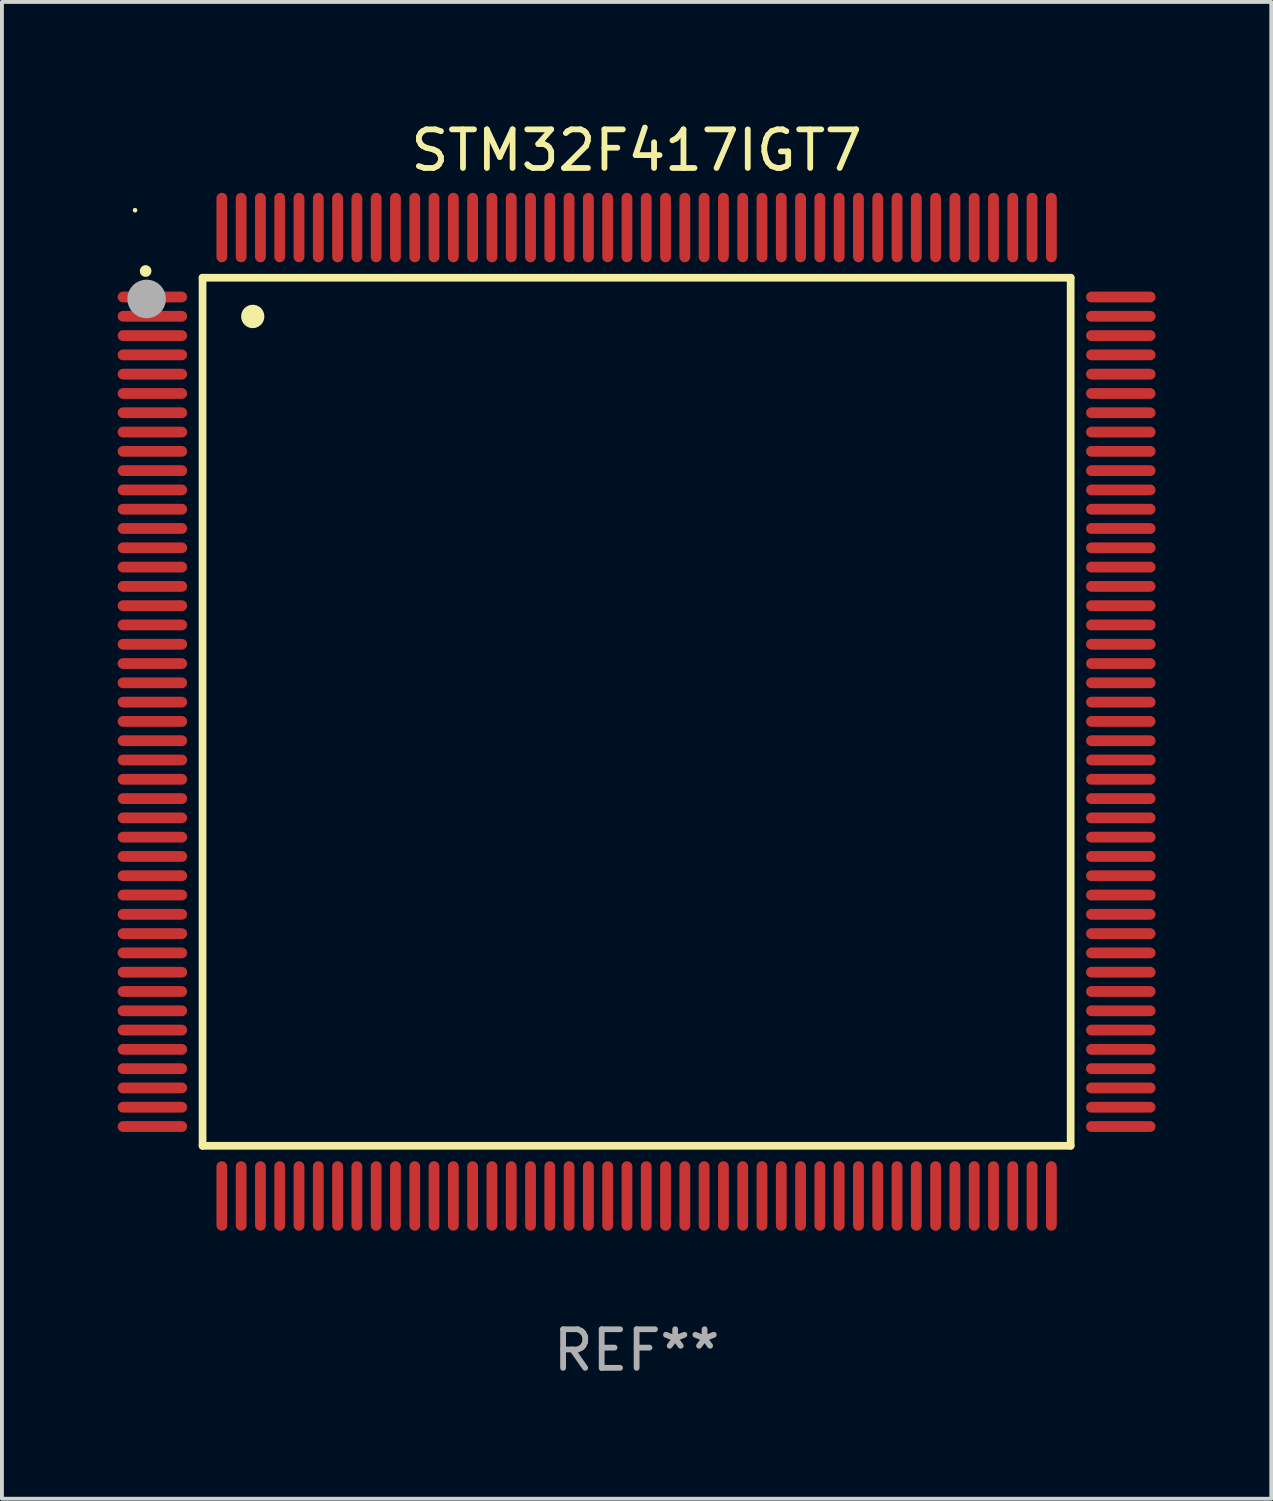
<source format=kicad_pcb>
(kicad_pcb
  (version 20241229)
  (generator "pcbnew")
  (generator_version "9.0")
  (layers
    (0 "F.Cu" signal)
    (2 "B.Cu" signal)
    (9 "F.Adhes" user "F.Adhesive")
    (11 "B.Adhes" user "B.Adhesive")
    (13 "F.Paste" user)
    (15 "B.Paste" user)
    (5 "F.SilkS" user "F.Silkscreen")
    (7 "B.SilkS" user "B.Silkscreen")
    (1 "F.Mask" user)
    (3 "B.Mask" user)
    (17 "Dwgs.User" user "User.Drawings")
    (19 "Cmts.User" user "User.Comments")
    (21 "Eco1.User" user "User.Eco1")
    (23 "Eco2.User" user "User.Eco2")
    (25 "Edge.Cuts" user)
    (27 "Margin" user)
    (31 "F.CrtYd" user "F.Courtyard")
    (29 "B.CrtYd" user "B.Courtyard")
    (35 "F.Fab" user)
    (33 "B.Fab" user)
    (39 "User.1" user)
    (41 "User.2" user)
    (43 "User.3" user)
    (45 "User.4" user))
  (footprint "STM32F417IGT7"
    (layer "F.Cu")
    (at 13.45 15.398)
    (property "Reference" "STM32F417IGT7" (at 0 -14.55 0) (layer "F.SilkS") (effects (font (size 1 1) (thickness 0.15))))
    (attr through_hole)
    (fp_line (start -11.25 -11.25) (end 11.25 -11.25) (stroke (width 0.2) (type solid)) (layer "F.SilkS"))
    (fp_line (start -11.25 11.25) (end -11.25 -11.25) (stroke (width 0.2) (type solid)) (layer "F.SilkS"))
    (fp_line (start 11.25 -11.25) (end 11.25 11.25) (stroke (width 0.2) (type solid)) (layer "F.SilkS"))
    (fp_line (start 11.25 11.25) (end -11.25 11.25) (stroke (width 0.2) (type solid)) (layer "F.SilkS"))
    (fp_arc (start -12.725425 -11.422403) (mid -12.72543 -11.423673) (end -12.725425 -11.424943) (stroke (width 0.3) (type solid)) (layer "F.SilkS"))
    (fp_arc (start -9.9492 -10.24384) (mid -9.949211 -10.24638) (end -9.9492 -10.24892) (stroke (width 0.6) (type solid)) (layer "F.SilkS"))
    (fp_circle (center -13 -13) (end -12.97 -13) (stroke (width 0.06) (type solid)) (fill no) (layer "F.SilkS"))
    (fp_circle (center -12.7 -10.7) (end -12.45 -10.7) (stroke (width 0.5) (type solid)) (fill no) (layer "F.Fab"))
    (fp_text user "REF**" (at 0 16.55 0) (layer "F.Fab") (effects (font (size 1 1) (thickness 0.15))))
    (pad "1" smd oval (at -12.55 -10.75 90) (size 0.28 1.8) (layers "F.Cu" "F.Mask" "F.Paste"))
    (pad "2" smd oval (at -12.55 -10.25 90) (size 0.28 1.8) (layers "F.Cu" "F.Mask" "F.Paste"))
    (pad "3" smd oval (at -12.55 -9.75 90) (size 0.28 1.8) (layers "F.Cu" "F.Mask" "F.Paste"))
    (pad "4" smd oval (at -12.55 -9.25 90) (size 0.28 1.8) (layers "F.Cu" "F.Mask" "F.Paste"))
    (pad "5" smd oval (at -12.55 -8.75 90) (size 0.28 1.8) (layers "F.Cu" "F.Mask" "F.Paste"))
    (pad "6" smd oval (at -12.55 -8.25 90) (size 0.28 1.8) (layers "F.Cu" "F.Mask" "F.Paste"))
    (pad "7" smd oval (at -12.55 -7.75 90) (size 0.28 1.8) (layers "F.Cu" "F.Mask" "F.Paste"))
    (pad "8" smd oval (at -12.55 -7.25 90) (size 0.28 1.8) (layers "F.Cu" "F.Mask" "F.Paste"))
    (pad "9" smd oval (at -12.55 -6.75 90) (size 0.28 1.8) (layers "F.Cu" "F.Mask" "F.Paste"))
    (pad "10" smd oval (at -12.55 -6.25 90) (size 0.28 1.8) (layers "F.Cu" "F.Mask" "F.Paste"))
    (pad "11" smd oval (at -12.55 -5.75 90) (size 0.28 1.8) (layers "F.Cu" "F.Mask" "F.Paste"))
    (pad "12" smd oval (at -12.55 -5.25 90) (size 0.28 1.8) (layers "F.Cu" "F.Mask" "F.Paste"))
    (pad "13" smd oval (at -12.55 -4.75 90) (size 0.28 1.8) (layers "F.Cu" "F.Mask" "F.Paste"))
    (pad "14" smd oval (at -12.55 -4.25 90) (size 0.28 1.8) (layers "F.Cu" "F.Mask" "F.Paste"))
    (pad "15" smd oval (at -12.55 -3.75 90) (size 0.28 1.8) (layers "F.Cu" "F.Mask" "F.Paste"))
    (pad "16" smd oval (at -12.55 -3.25 90) (size 0.28 1.8) (layers "F.Cu" "F.Mask" "F.Paste"))
    (pad "17" smd oval (at -12.55 -2.75 90) (size 0.28 1.8) (layers "F.Cu" "F.Mask" "F.Paste"))
    (pad "18" smd oval (at -12.55 -2.25 90) (size 0.28 1.8) (layers "F.Cu" "F.Mask" "F.Paste"))
    (pad "19" smd oval (at -12.55 -1.75 90) (size 0.28 1.8) (layers "F.Cu" "F.Mask" "F.Paste"))
    (pad "20" smd oval (at -12.55 -1.25 90) (size 0.28 1.8) (layers "F.Cu" "F.Mask" "F.Paste"))
    (pad "21" smd oval (at -12.55 -0.75 90) (size 0.28 1.8) (layers "F.Cu" "F.Mask" "F.Paste"))
    (pad "22" smd oval (at -12.55 -0.25 90) (size 0.28 1.8) (layers "F.Cu" "F.Mask" "F.Paste"))
    (pad "23" smd oval (at -12.55 0.25 90) (size 0.28 1.8) (layers "F.Cu" "F.Mask" "F.Paste"))
    (pad "24" smd oval (at -12.55 0.75 90) (size 0.28 1.8) (layers "F.Cu" "F.Mask" "F.Paste"))
    (pad "25" smd oval (at -12.55 1.25 90) (size 0.28 1.8) (layers "F.Cu" "F.Mask" "F.Paste"))
    (pad "26" smd oval (at -12.55 1.75 90) (size 0.28 1.8) (layers "F.Cu" "F.Mask" "F.Paste"))
    (pad "27" smd oval (at -12.55 2.25 90) (size 0.28 1.8) (layers "F.Cu" "F.Mask" "F.Paste"))
    (pad "28" smd oval (at -12.55 2.75 90) (size 0.28 1.8) (layers "F.Cu" "F.Mask" "F.Paste"))
    (pad "29" smd oval (at -12.55 3.25 90) (size 0.28 1.8) (layers "F.Cu" "F.Mask" "F.Paste"))
    (pad "30" smd oval (at -12.55 3.75 90) (size 0.28 1.8) (layers "F.Cu" "F.Mask" "F.Paste"))
    (pad "31" smd oval (at -12.55 4.25 90) (size 0.28 1.8) (layers "F.Cu" "F.Mask" "F.Paste"))
    (pad "32" smd oval (at -12.55 4.75 90) (size 0.28 1.8) (layers "F.Cu" "F.Mask" "F.Paste"))
    (pad "33" smd oval (at -12.55 5.25 90) (size 0.28 1.8) (layers "F.Cu" "F.Mask" "F.Paste"))
    (pad "34" smd oval (at -12.55 5.75 90) (size 0.28 1.8) (layers "F.Cu" "F.Mask" "F.Paste"))
    (pad "35" smd oval (at -12.55 6.25 90) (size 0.28 1.8) (layers "F.Cu" "F.Mask" "F.Paste"))
    (pad "36" smd oval (at -12.55 6.75 90) (size 0.28 1.8) (layers "F.Cu" "F.Mask" "F.Paste"))
    (pad "37" smd oval (at -12.55 7.25 90) (size 0.28 1.8) (layers "F.Cu" "F.Mask" "F.Paste"))
    (pad "38" smd oval (at -12.55 7.75 90) (size 0.28 1.8) (layers "F.Cu" "F.Mask" "F.Paste"))
    (pad "39" smd oval (at -12.55 8.25 90) (size 0.28 1.8) (layers "F.Cu" "F.Mask" "F.Paste"))
    (pad "40" smd oval (at -12.55 8.75 90) (size 0.28 1.8) (layers "F.Cu" "F.Mask" "F.Paste"))
    (pad "41" smd oval (at -12.55 9.25 90) (size 0.28 1.8) (layers "F.Cu" "F.Mask" "F.Paste"))
    (pad "42" smd oval (at -12.55 9.75 90) (size 0.28 1.8) (layers "F.Cu" "F.Mask" "F.Paste"))
    (pad "43" smd oval (at -12.55 10.25 90) (size 0.28 1.8) (layers "F.Cu" "F.Mask" "F.Paste"))
    (pad "44" smd oval (at -12.55 10.75 90) (size 0.28 1.8) (layers "F.Cu" "F.Mask" "F.Paste"))
    (pad "45" smd oval (at -10.75 12.55) (size 0.28 1.8) (layers "F.Cu" "F.Mask" "F.Paste"))
    (pad "46" smd oval (at -10.25 12.55) (size 0.28 1.8) (layers "F.Cu" "F.Mask" "F.Paste"))
    (pad "47" smd oval (at -9.75 12.55) (size 0.28 1.8) (layers "F.Cu" "F.Mask" "F.Paste"))
    (pad "48" smd oval (at -9.25 12.55) (size 0.28 1.8) (layers "F.Cu" "F.Mask" "F.Paste"))
    (pad "49" smd oval (at -8.75 12.55) (size 0.28 1.8) (layers "F.Cu" "F.Mask" "F.Paste"))
    (pad "50" smd oval (at -8.25 12.55) (size 0.28 1.8) (layers "F.Cu" "F.Mask" "F.Paste"))
    (pad "51" smd oval (at -7.75 12.55) (size 0.28 1.8) (layers "F.Cu" "F.Mask" "F.Paste"))
    (pad "52" smd oval (at -7.25 12.55) (size 0.28 1.8) (layers "F.Cu" "F.Mask" "F.Paste"))
    (pad "53" smd oval (at -6.75 12.55) (size 0.28 1.8) (layers "F.Cu" "F.Mask" "F.Paste"))
    (pad "54" smd oval (at -6.25 12.55) (size 0.28 1.8) (layers "F.Cu" "F.Mask" "F.Paste"))
    (pad "55" smd oval (at -5.75 12.55) (size 0.28 1.8) (layers "F.Cu" "F.Mask" "F.Paste"))
    (pad "56" smd oval (at -5.25 12.55) (size 0.28 1.8) (layers "F.Cu" "F.Mask" "F.Paste"))
    (pad "57" smd oval (at -4.75 12.55) (size 0.28 1.8) (layers "F.Cu" "F.Mask" "F.Paste"))
    (pad "58" smd oval (at -4.25 12.55) (size 0.28 1.8) (layers "F.Cu" "F.Mask" "F.Paste"))
    (pad "59" smd oval (at -3.75 12.55) (size 0.28 1.8) (layers "F.Cu" "F.Mask" "F.Paste"))
    (pad "60" smd oval (at -3.25 12.55) (size 0.28 1.8) (layers "F.Cu" "F.Mask" "F.Paste"))
    (pad "61" smd oval (at -2.75 12.55) (size 0.28 1.8) (layers "F.Cu" "F.Mask" "F.Paste"))
    (pad "62" smd oval (at -2.25 12.55) (size 0.28 1.8) (layers "F.Cu" "F.Mask" "F.Paste"))
    (pad "63" smd oval (at -1.75 12.55) (size 0.28 1.8) (layers "F.Cu" "F.Mask" "F.Paste"))
    (pad "64" smd oval (at -1.25 12.55) (size 0.28 1.8) (layers "F.Cu" "F.Mask" "F.Paste"))
    (pad "65" smd oval (at -0.75 12.55) (size 0.28 1.8) (layers "F.Cu" "F.Mask" "F.Paste"))
    (pad "66" smd oval (at -0.25 12.55) (size 0.28 1.8) (layers "F.Cu" "F.Mask" "F.Paste"))
    (pad "67" smd oval (at 0.25 12.55) (size 0.28 1.8) (layers "F.Cu" "F.Mask" "F.Paste"))
    (pad "68" smd oval (at 0.75 12.55) (size 0.28 1.8) (layers "F.Cu" "F.Mask" "F.Paste"))
    (pad "69" smd oval (at 1.25 12.55) (size 0.28 1.8) (layers "F.Cu" "F.Mask" "F.Paste"))
    (pad "70" smd oval (at 1.75 12.55) (size 0.28 1.8) (layers "F.Cu" "F.Mask" "F.Paste"))
    (pad "71" smd oval (at 2.25 12.55) (size 0.28 1.8) (layers "F.Cu" "F.Mask" "F.Paste"))
    (pad "72" smd oval (at 2.75 12.55) (size 0.28 1.8) (layers "F.Cu" "F.Mask" "F.Paste"))
    (pad "73" smd oval (at 3.25 12.55) (size 0.28 1.8) (layers "F.Cu" "F.Mask" "F.Paste"))
    (pad "74" smd oval (at 3.75 12.55) (size 0.28 1.8) (layers "F.Cu" "F.Mask" "F.Paste"))
    (pad "75" smd oval (at 4.25 12.55) (size 0.28 1.8) (layers "F.Cu" "F.Mask" "F.Paste"))
    (pad "76" smd oval (at 4.75 12.55) (size 0.28 1.8) (layers "F.Cu" "F.Mask" "F.Paste"))
    (pad "77" smd oval (at 5.25 12.55) (size 0.28 1.8) (layers "F.Cu" "F.Mask" "F.Paste"))
    (pad "78" smd oval (at 5.75 12.55) (size 0.28 1.8) (layers "F.Cu" "F.Mask" "F.Paste"))
    (pad "79" smd oval (at 6.25 12.55) (size 0.28 1.8) (layers "F.Cu" "F.Mask" "F.Paste"))
    (pad "80" smd oval (at 6.75 12.55) (size 0.28 1.8) (layers "F.Cu" "F.Mask" "F.Paste"))
    (pad "81" smd oval (at 7.25 12.55) (size 0.28 1.8) (layers "F.Cu" "F.Mask" "F.Paste"))
    (pad "82" smd oval (at 7.75 12.55) (size 0.28 1.8) (layers "F.Cu" "F.Mask" "F.Paste"))
    (pad "83" smd oval (at 8.25 12.55) (size 0.28 1.8) (layers "F.Cu" "F.Mask" "F.Paste"))
    (pad "84" smd oval (at 8.75 12.55) (size 0.28 1.8) (layers "F.Cu" "F.Mask" "F.Paste"))
    (pad "85" smd oval (at 9.25 12.55) (size 0.28 1.8) (layers "F.Cu" "F.Mask" "F.Paste"))
    (pad "86" smd oval (at 9.75 12.55) (size 0.28 1.8) (layers "F.Cu" "F.Mask" "F.Paste"))
    (pad "87" smd oval (at 10.25 12.55) (size 0.28 1.8) (layers "F.Cu" "F.Mask" "F.Paste"))
    (pad "88" smd oval (at 10.75 12.55) (size 0.28 1.8) (layers "F.Cu" "F.Mask" "F.Paste"))
    (pad "89" smd oval (at 12.55 10.75 90) (size 0.28 1.8) (layers "F.Cu" "F.Mask" "F.Paste"))
    (pad "90" smd oval (at 12.55 10.25 90) (size 0.28 1.8) (layers "F.Cu" "F.Mask" "F.Paste"))
    (pad "91" smd oval (at 12.55 9.75 90) (size 0.28 1.8) (layers "F.Cu" "F.Mask" "F.Paste"))
    (pad "92" smd oval (at 12.55 9.25 90) (size 0.28 1.8) (layers "F.Cu" "F.Mask" "F.Paste"))
    (pad "93" smd oval (at 12.55 8.75 90) (size 0.28 1.8) (layers "F.Cu" "F.Mask" "F.Paste"))
    (pad "94" smd oval (at 12.55 8.25 90) (size 0.28 1.8) (layers "F.Cu" "F.Mask" "F.Paste"))
    (pad "95" smd oval (at 12.55 7.75 90) (size 0.28 1.8) (layers "F.Cu" "F.Mask" "F.Paste"))
    (pad "96" smd oval (at 12.55 7.25 90) (size 0.28 1.8) (layers "F.Cu" "F.Mask" "F.Paste"))
    (pad "97" smd oval (at 12.55 6.75 90) (size 0.28 1.8) (layers "F.Cu" "F.Mask" "F.Paste"))
    (pad "98" smd oval (at 12.55 6.25 90) (size 0.28 1.8) (layers "F.Cu" "F.Mask" "F.Paste"))
    (pad "99" smd oval (at 12.55 5.75 90) (size 0.28 1.8) (layers "F.Cu" "F.Mask" "F.Paste"))
    (pad "100" smd oval (at 12.55 5.25 90) (size 0.28 1.8) (layers "F.Cu" "F.Mask" "F.Paste"))
    (pad "101" smd oval (at 12.55 4.75 90) (size 0.28 1.8) (layers "F.Cu" "F.Mask" "F.Paste"))
    (pad "102" smd oval (at 12.55 4.25 90) (size 0.28 1.8) (layers "F.Cu" "F.Mask" "F.Paste"))
    (pad "103" smd oval (at 12.55 3.75 90) (size 0.28 1.8) (layers "F.Cu" "F.Mask" "F.Paste"))
    (pad "104" smd oval (at 12.55 3.25 90) (size 0.28 1.8) (layers "F.Cu" "F.Mask" "F.Paste"))
    (pad "105" smd oval (at 12.55 2.75 90) (size 0.28 1.8) (layers "F.Cu" "F.Mask" "F.Paste"))
    (pad "106" smd oval (at 12.55 2.25 90) (size 0.28 1.8) (layers "F.Cu" "F.Mask" "F.Paste"))
    (pad "107" smd oval (at 12.55 1.75 90) (size 0.28 1.8) (layers "F.Cu" "F.Mask" "F.Paste"))
    (pad "108" smd oval (at 12.55 1.25 90) (size 0.28 1.8) (layers "F.Cu" "F.Mask" "F.Paste"))
    (pad "109" smd oval (at 12.55 0.75 90) (size 0.28 1.8) (layers "F.Cu" "F.Mask" "F.Paste"))
    (pad "110" smd oval (at 12.55 0.25 90) (size 0.28 1.8) (layers "F.Cu" "F.Mask" "F.Paste"))
    (pad "111" smd oval (at 12.55 -0.25 90) (size 0.28 1.8) (layers "F.Cu" "F.Mask" "F.Paste"))
    (pad "112" smd oval (at 12.55 -0.75 90) (size 0.28 1.8) (layers "F.Cu" "F.Mask" "F.Paste"))
    (pad "113" smd oval (at 12.55 -1.25 90) (size 0.28 1.8) (layers "F.Cu" "F.Mask" "F.Paste"))
    (pad "114" smd oval (at 12.55 -1.75 90) (size 0.28 1.8) (layers "F.Cu" "F.Mask" "F.Paste"))
    (pad "115" smd oval (at 12.55 -2.25 90) (size 0.28 1.8) (layers "F.Cu" "F.Mask" "F.Paste"))
    (pad "116" smd oval (at 12.55 -2.75 90) (size 0.28 1.8) (layers "F.Cu" "F.Mask" "F.Paste"))
    (pad "117" smd oval (at 12.55 -3.25 90) (size 0.28 1.8) (layers "F.Cu" "F.Mask" "F.Paste"))
    (pad "118" smd oval (at 12.55 -3.75 90) (size 0.28 1.8) (layers "F.Cu" "F.Mask" "F.Paste"))
    (pad "119" smd oval (at 12.55 -4.25 90) (size 0.28 1.8) (layers "F.Cu" "F.Mask" "F.Paste"))
    (pad "120" smd oval (at 12.55 -4.75 90) (size 0.28 1.8) (layers "F.Cu" "F.Mask" "F.Paste"))
    (pad "121" smd oval (at 12.55 -5.25 90) (size 0.28 1.8) (layers "F.Cu" "F.Mask" "F.Paste"))
    (pad "122" smd oval (at 12.55 -5.75 90) (size 0.28 1.8) (layers "F.Cu" "F.Mask" "F.Paste"))
    (pad "123" smd oval (at 12.55 -6.25 90) (size 0.28 1.8) (layers "F.Cu" "F.Mask" "F.Paste"))
    (pad "124" smd oval (at 12.55 -6.75 90) (size 0.28 1.8) (layers "F.Cu" "F.Mask" "F.Paste"))
    (pad "125" smd oval (at 12.55 -7.25 90) (size 0.28 1.8) (layers "F.Cu" "F.Mask" "F.Paste"))
    (pad "126" smd oval (at 12.55 -7.75 90) (size 0.28 1.8) (layers "F.Cu" "F.Mask" "F.Paste"))
    (pad "127" smd oval (at 12.55 -8.25 90) (size 0.28 1.8) (layers "F.Cu" "F.Mask" "F.Paste"))
    (pad "128" smd oval (at 12.55 -8.75 90) (size 0.28 1.8) (layers "F.Cu" "F.Mask" "F.Paste"))
    (pad "129" smd oval (at 12.55 -9.25 90) (size 0.28 1.8) (layers "F.Cu" "F.Mask" "F.Paste"))
    (pad "130" smd oval (at 12.55 -9.75 90) (size 0.28 1.8) (layers "F.Cu" "F.Mask" "F.Paste"))
    (pad "131" smd oval (at 12.55 -10.25 90) (size 0.28 1.8) (layers "F.Cu" "F.Mask" "F.Paste"))
    (pad "132" smd oval (at 12.55 -10.75 90) (size 0.28 1.8) (layers "F.Cu" "F.Mask" "F.Paste"))
    (pad "133" smd oval (at 10.75 -12.55) (size 0.28 1.8) (layers "F.Cu" "F.Mask" "F.Paste"))
    (pad "134" smd oval (at 10.25 -12.55) (size 0.28 1.8) (layers "F.Cu" "F.Mask" "F.Paste"))
    (pad "135" smd oval (at 9.75 -12.55) (size 0.28 1.8) (layers "F.Cu" "F.Mask" "F.Paste"))
    (pad "136" smd oval (at 9.25 -12.55) (size 0.28 1.8) (layers "F.Cu" "F.Mask" "F.Paste"))
    (pad "137" smd oval (at 8.75 -12.55) (size 0.28 1.8) (layers "F.Cu" "F.Mask" "F.Paste"))
    (pad "138" smd oval (at 8.25 -12.55) (size 0.28 1.8) (layers "F.Cu" "F.Mask" "F.Paste"))
    (pad "139" smd oval (at 7.75 -12.55) (size 0.28 1.8) (layers "F.Cu" "F.Mask" "F.Paste"))
    (pad "140" smd oval (at 7.25 -12.55) (size 0.28 1.8) (layers "F.Cu" "F.Mask" "F.Paste"))
    (pad "141" smd oval (at 6.75 -12.55) (size 0.28 1.8) (layers "F.Cu" "F.Mask" "F.Paste"))
    (pad "142" smd oval (at 6.25 -12.55) (size 0.28 1.8) (layers "F.Cu" "F.Mask" "F.Paste"))
    (pad "143" smd oval (at 5.75 -12.55) (size 0.28 1.8) (layers "F.Cu" "F.Mask" "F.Paste"))
    (pad "144" smd oval (at 5.25 -12.55) (size 0.28 1.8) (layers "F.Cu" "F.Mask" "F.Paste"))
    (pad "145" smd oval (at 4.75 -12.55) (size 0.28 1.8) (layers "F.Cu" "F.Mask" "F.Paste"))
    (pad "146" smd oval (at 4.25 -12.55) (size 0.28 1.8) (layers "F.Cu" "F.Mask" "F.Paste"))
    (pad "147" smd oval (at 3.75 -12.55) (size 0.28 1.8) (layers "F.Cu" "F.Mask" "F.Paste"))
    (pad "148" smd oval (at 3.25 -12.55) (size 0.28 1.8) (layers "F.Cu" "F.Mask" "F.Paste"))
    (pad "149" smd oval (at 2.75 -12.55) (size 0.28 1.8) (layers "F.Cu" "F.Mask" "F.Paste"))
    (pad "150" smd oval (at 2.25 -12.55) (size 0.28 1.8) (layers "F.Cu" "F.Mask" "F.Paste"))
    (pad "151" smd oval (at 1.75 -12.55) (size 0.28 1.8) (layers "F.Cu" "F.Mask" "F.Paste"))
    (pad "152" smd oval (at 1.25 -12.55) (size 0.28 1.8) (layers "F.Cu" "F.Mask" "F.Paste"))
    (pad "153" smd oval (at 0.75 -12.55) (size 0.28 1.8) (layers "F.Cu" "F.Mask" "F.Paste"))
    (pad "154" smd oval (at 0.25 -12.55) (size 0.28 1.8) (layers "F.Cu" "F.Mask" "F.Paste"))
    (pad "155" smd oval (at -0.25 -12.55) (size 0.28 1.8) (layers "F.Cu" "F.Mask" "F.Paste"))
    (pad "156" smd oval (at -0.75 -12.55) (size 0.28 1.8) (layers "F.Cu" "F.Mask" "F.Paste"))
    (pad "157" smd oval (at -1.25 -12.55) (size 0.28 1.8) (layers "F.Cu" "F.Mask" "F.Paste"))
    (pad "158" smd oval (at -1.75 -12.55) (size 0.28 1.8) (layers "F.Cu" "F.Mask" "F.Paste"))
    (pad "159" smd oval (at -2.25 -12.55) (size 0.28 1.8) (layers "F.Cu" "F.Mask" "F.Paste"))
    (pad "160" smd oval (at -2.75 -12.55) (size 0.28 1.8) (layers "F.Cu" "F.Mask" "F.Paste"))
    (pad "161" smd oval (at -3.25 -12.55) (size 0.28 1.8) (layers "F.Cu" "F.Mask" "F.Paste"))
    (pad "162" smd oval (at -3.75 -12.55) (size 0.28 1.8) (layers "F.Cu" "F.Mask" "F.Paste"))
    (pad "163" smd oval (at -4.25 -12.55) (size 0.28 1.8) (layers "F.Cu" "F.Mask" "F.Paste"))
    (pad "164" smd oval (at -4.75 -12.55) (size 0.28 1.8) (layers "F.Cu" "F.Mask" "F.Paste"))
    (pad "165" smd oval (at -5.25 -12.55) (size 0.28 1.8) (layers "F.Cu" "F.Mask" "F.Paste"))
    (pad "166" smd oval (at -5.75 -12.55) (size 0.28 1.8) (layers "F.Cu" "F.Mask" "F.Paste"))
    (pad "167" smd oval (at -6.25 -12.55) (size 0.28 1.8) (layers "F.Cu" "F.Mask" "F.Paste"))
    (pad "168" smd oval (at -6.75 -12.55) (size 0.28 1.8) (layers "F.Cu" "F.Mask" "F.Paste"))
    (pad "169" smd oval (at -7.25 -12.55) (size 0.28 1.8) (layers "F.Cu" "F.Mask" "F.Paste"))
    (pad "170" smd oval (at -7.75 -12.55) (size 0.28 1.8) (layers "F.Cu" "F.Mask" "F.Paste"))
    (pad "171" smd oval (at -8.25 -12.55) (size 0.28 1.8) (layers "F.Cu" "F.Mask" "F.Paste"))
    (pad "172" smd oval (at -8.75 -12.55) (size 0.28 1.8) (layers "F.Cu" "F.Mask" "F.Paste"))
    (pad "173" smd oval (at -9.25 -12.55) (size 0.28 1.8) (layers "F.Cu" "F.Mask" "F.Paste"))
    (pad "174" smd oval (at -9.75 -12.55) (size 0.28 1.8) (layers "F.Cu" "F.Mask" "F.Paste"))
    (pad "175" smd oval (at -10.25 -12.55) (size 0.28 1.8) (layers "F.Cu" "F.Mask" "F.Paste"))
    (pad "176" smd oval (at -10.75 -12.55) (size 0.28 1.8) (layers "F.Cu" "F.Mask" "F.Paste")))
  (gr_rect
    (start -3 -3)
    (end 29.9 35.796)
    (stroke (width 0.1) (type default))
    (fill no)
    (layer "Edge.Cuts")))
</source>
